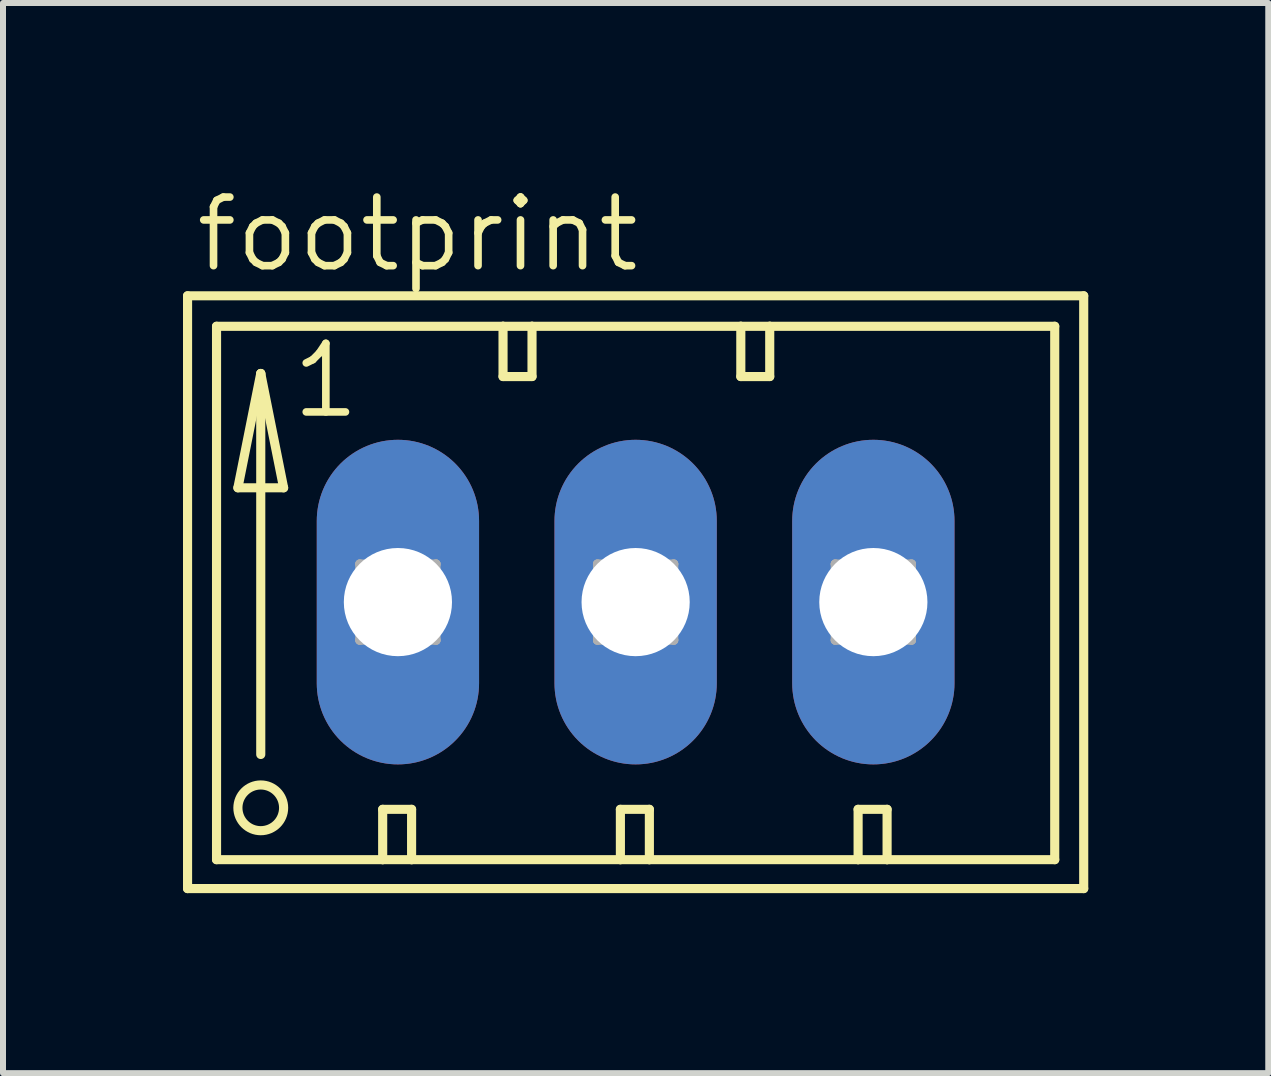
<source format=kicad_pcb>
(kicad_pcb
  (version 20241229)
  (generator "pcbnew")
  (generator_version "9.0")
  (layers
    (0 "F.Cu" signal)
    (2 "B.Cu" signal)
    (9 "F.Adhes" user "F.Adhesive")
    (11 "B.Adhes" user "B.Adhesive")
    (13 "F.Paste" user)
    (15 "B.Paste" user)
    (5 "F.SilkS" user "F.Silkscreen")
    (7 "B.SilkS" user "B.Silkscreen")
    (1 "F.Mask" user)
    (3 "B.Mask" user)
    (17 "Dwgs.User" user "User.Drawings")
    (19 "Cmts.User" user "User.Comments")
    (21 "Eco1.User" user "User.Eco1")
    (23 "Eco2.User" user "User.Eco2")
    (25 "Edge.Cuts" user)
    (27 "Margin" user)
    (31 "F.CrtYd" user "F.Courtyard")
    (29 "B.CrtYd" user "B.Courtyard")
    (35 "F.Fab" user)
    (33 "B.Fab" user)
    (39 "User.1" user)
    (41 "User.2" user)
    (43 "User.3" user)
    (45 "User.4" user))
  (footprint "footprint"
    (layer "F.Cu")
    (at 7.544 6.985)
    (property "Reference" "footprint" (at -7.391 -5.461 0) (layer "F.SilkS") (effects (font (size 1.143 1.143) (thickness 0.127)) (justify left bottom)))
    (fp_line (start -7.468 -5.105) (end -7.468 4.775) (stroke (width 0.152) (type solid)) (layer "F.SilkS"))
    (fp_line (start -7.468 4.775) (end 7.468 4.775) (stroke (width 0.152) (type solid)) (layer "F.SilkS"))
    (fp_line (start -6.985 -4.597) (end -6.985 4.293) (stroke (width 0.152) (type solid)) (layer "F.SilkS"))
    (fp_line (start -6.985 4.293) (end -4.216 4.293) (stroke (width 0.152) (type solid)) (layer "F.SilkS"))
    (fp_line (start -6.629 -1.905) (end -5.867 -1.905) (stroke (width 0.152) (type solid)) (layer "F.SilkS"))
    (fp_line (start -6.248 -3.81) (end -6.629 -1.905) (stroke (width 0.152) (type solid)) (layer "F.SilkS"))
    (fp_line (start -6.248 -3.81) (end -5.867 -1.905) (stroke (width 0.152) (type solid)) (layer "F.SilkS"))
    (fp_line (start -6.248 2.54) (end -6.248 -3.81) (stroke (width 0.152) (type solid)) (layer "F.SilkS"))
    (fp_line (start -4.216 3.454) (end -4.216 4.293) (stroke (width 0.152) (type solid)) (layer "F.SilkS"))
    (fp_line (start -4.216 3.454) (end -3.734 3.454) (stroke (width 0.152) (type solid)) (layer "F.SilkS"))
    (fp_line (start -4.216 4.293) (end -3.734 4.293) (stroke (width 0.152) (type solid)) (layer "F.SilkS"))
    (fp_line (start -3.734 3.454) (end -3.734 4.293) (stroke (width 0.152) (type solid)) (layer "F.SilkS"))
    (fp_line (start -3.734 4.293) (end -0.254 4.293) (stroke (width 0.152) (type solid)) (layer "F.SilkS"))
    (fp_line (start -2.21 -4.597) (end -6.985 -4.597) (stroke (width 0.152) (type solid)) (layer "F.SilkS"))
    (fp_line (start -2.21 -4.597) (end -2.21 -3.759) (stroke (width 0.152) (type solid)) (layer "F.SilkS"))
    (fp_line (start -2.21 -3.759) (end -1.727 -3.759) (stroke (width 0.152) (type solid)) (layer "F.SilkS"))
    (fp_line (start -1.727 -4.597) (end -2.21 -4.597) (stroke (width 0.152) (type solid)) (layer "F.SilkS"))
    (fp_line (start -1.727 -3.759) (end -1.727 -4.597) (stroke (width 0.152) (type solid)) (layer "F.SilkS"))
    (fp_line (start -0.254 3.454) (end -0.254 4.293) (stroke (width 0.152) (type solid)) (layer "F.SilkS"))
    (fp_line (start -0.254 3.454) (end 0.229 3.454) (stroke (width 0.152) (type solid)) (layer "F.SilkS"))
    (fp_line (start -0.254 4.293) (end 0.229 4.293) (stroke (width 0.152) (type solid)) (layer "F.SilkS"))
    (fp_line (start 0.229 3.454) (end 0.229 4.293) (stroke (width 0.152) (type solid)) (layer "F.SilkS"))
    (fp_line (start 0.229 4.293) (end 3.708 4.293) (stroke (width 0.152) (type solid)) (layer "F.SilkS"))
    (fp_line (start 1.753 -4.597) (end -1.727 -4.597) (stroke (width 0.152) (type solid)) (layer "F.SilkS"))
    (fp_line (start 1.753 -3.759) (end 1.753 -4.597) (stroke (width 0.152) (type solid)) (layer "F.SilkS"))
    (fp_line (start 1.753 -3.759) (end 2.235 -3.759) (stroke (width 0.152) (type solid)) (layer "F.SilkS"))
    (fp_line (start 2.235 -4.597) (end 1.753 -4.597) (stroke (width 0.152) (type solid)) (layer "F.SilkS"))
    (fp_line (start 2.235 -3.759) (end 2.235 -4.597) (stroke (width 0.152) (type solid)) (layer "F.SilkS"))
    (fp_line (start 3.708 3.454) (end 3.708 4.293) (stroke (width 0.152) (type solid)) (layer "F.SilkS"))
    (fp_line (start 3.708 3.454) (end 4.191 3.454) (stroke (width 0.152) (type solid)) (layer "F.SilkS"))
    (fp_line (start 3.708 4.293) (end 4.191 4.293) (stroke (width 0.152) (type solid)) (layer "F.SilkS"))
    (fp_line (start 4.191 3.454) (end 4.191 4.293) (stroke (width 0.152) (type solid)) (layer "F.SilkS"))
    (fp_line (start 4.191 4.293) (end 6.985 4.293) (stroke (width 0.152) (type solid)) (layer "F.SilkS"))
    (fp_line (start 6.985 -4.597) (end 2.235 -4.597) (stroke (width 0.152) (type solid)) (layer "F.SilkS"))
    (fp_line (start 6.985 4.293) (end 6.985 -4.597) (stroke (width 0.152) (type solid)) (layer "F.SilkS"))
    (fp_line (start 7.468 -5.105) (end -7.468 -5.105) (stroke (width 0.152) (type solid)) (layer "F.SilkS"))
    (fp_line (start 7.468 4.775) (end 7.468 -5.105) (stroke (width 0.152) (type solid)) (layer "F.SilkS"))
    (fp_circle (center -6.248 3.429) (end -5.867 3.429) (stroke (width 0.152) (type solid)) (fill no) (layer "F.SilkS"))
    (fp_line (start -4.597 -0.635) (end -4.597 0.635) (stroke (width 0.152) (type solid)) (layer "F.Fab"))
    (fp_line (start -4.597 -0.635) (end -3.327 0.635) (stroke (width 0.152) (type solid)) (layer "F.Fab"))
    (fp_line (start -4.597 0.635) (end -3.327 0.635) (stroke (width 0.152) (type solid)) (layer "F.Fab"))
    (fp_line (start -3.327 -0.635) (end -4.597 -0.635) (stroke (width 0.152) (type solid)) (layer "F.Fab"))
    (fp_line (start -3.327 -0.635) (end -4.597 0.635) (stroke (width 0.152) (type solid)) (layer "F.Fab"))
    (fp_line (start -3.327 0.635) (end -3.327 -0.635) (stroke (width 0.152) (type solid)) (layer "F.Fab"))
    (fp_line (start -0.635 -0.635) (end -0.635 0.635) (stroke (width 0.152) (type solid)) (layer "F.Fab"))
    (fp_line (start -0.635 -0.635) (end 0.635 0.635) (stroke (width 0.152) (type solid)) (layer "F.Fab"))
    (fp_line (start -0.635 0.635) (end 0.635 0.635) (stroke (width 0.152) (type solid)) (layer "F.Fab"))
    (fp_line (start 0.635 -0.635) (end -0.635 -0.635) (stroke (width 0.152) (type solid)) (layer "F.Fab"))
    (fp_line (start 0.635 -0.635) (end -0.635 0.635) (stroke (width 0.152) (type solid)) (layer "F.Fab"))
    (fp_line (start 0.635 0.635) (end 0.635 -0.635) (stroke (width 0.152) (type solid)) (layer "F.Fab"))
    (fp_line (start 3.327 -0.635) (end 3.327 0.635) (stroke (width 0.152) (type solid)) (layer "F.Fab"))
    (fp_line (start 3.327 -0.635) (end 4.597 0.635) (stroke (width 0.152) (type solid)) (layer "F.Fab"))
    (fp_line (start 3.327 0.635) (end 4.597 0.635) (stroke (width 0.152) (type solid)) (layer "F.Fab"))
    (fp_line (start 4.597 -0.635) (end 3.327 -0.635) (stroke (width 0.152) (type solid)) (layer "F.Fab"))
    (fp_line (start 4.597 -0.635) (end 3.327 0.635) (stroke (width 0.152) (type solid)) (layer "F.Fab"))
    (fp_line (start 4.597 0.635) (end 4.597 -0.635) (stroke (width 0.152) (type solid)) (layer "F.Fab"))
    (fp_text user "1" (at -5.791 -3.023 0) (layer "F.SilkS") (effects (font (size 1.143 1.143) (thickness 0.127)) (justify left bottom)))
    (pad "1" thru_hole oval (at -3.962 0 90) (size 5.41 2.705) (drill 1.803) (layers "*.Cu" "*.Mask"))
    (pad "2" thru_hole oval (at 0 0 90) (size 5.41 2.705) (drill 1.803) (layers "*.Cu" "*.Mask"))
    (pad "3" thru_hole oval (at 3.962 0 90) (size 5.41 2.705) (drill 1.803) (layers "*.Cu" "*.Mask")))
  (gr_rect
    (start -3 -3)
    (end 18.088 14.836)
    (stroke (width 0.1) (type default))
    (fill no)
    (layer "Edge.Cuts")))
</source>
